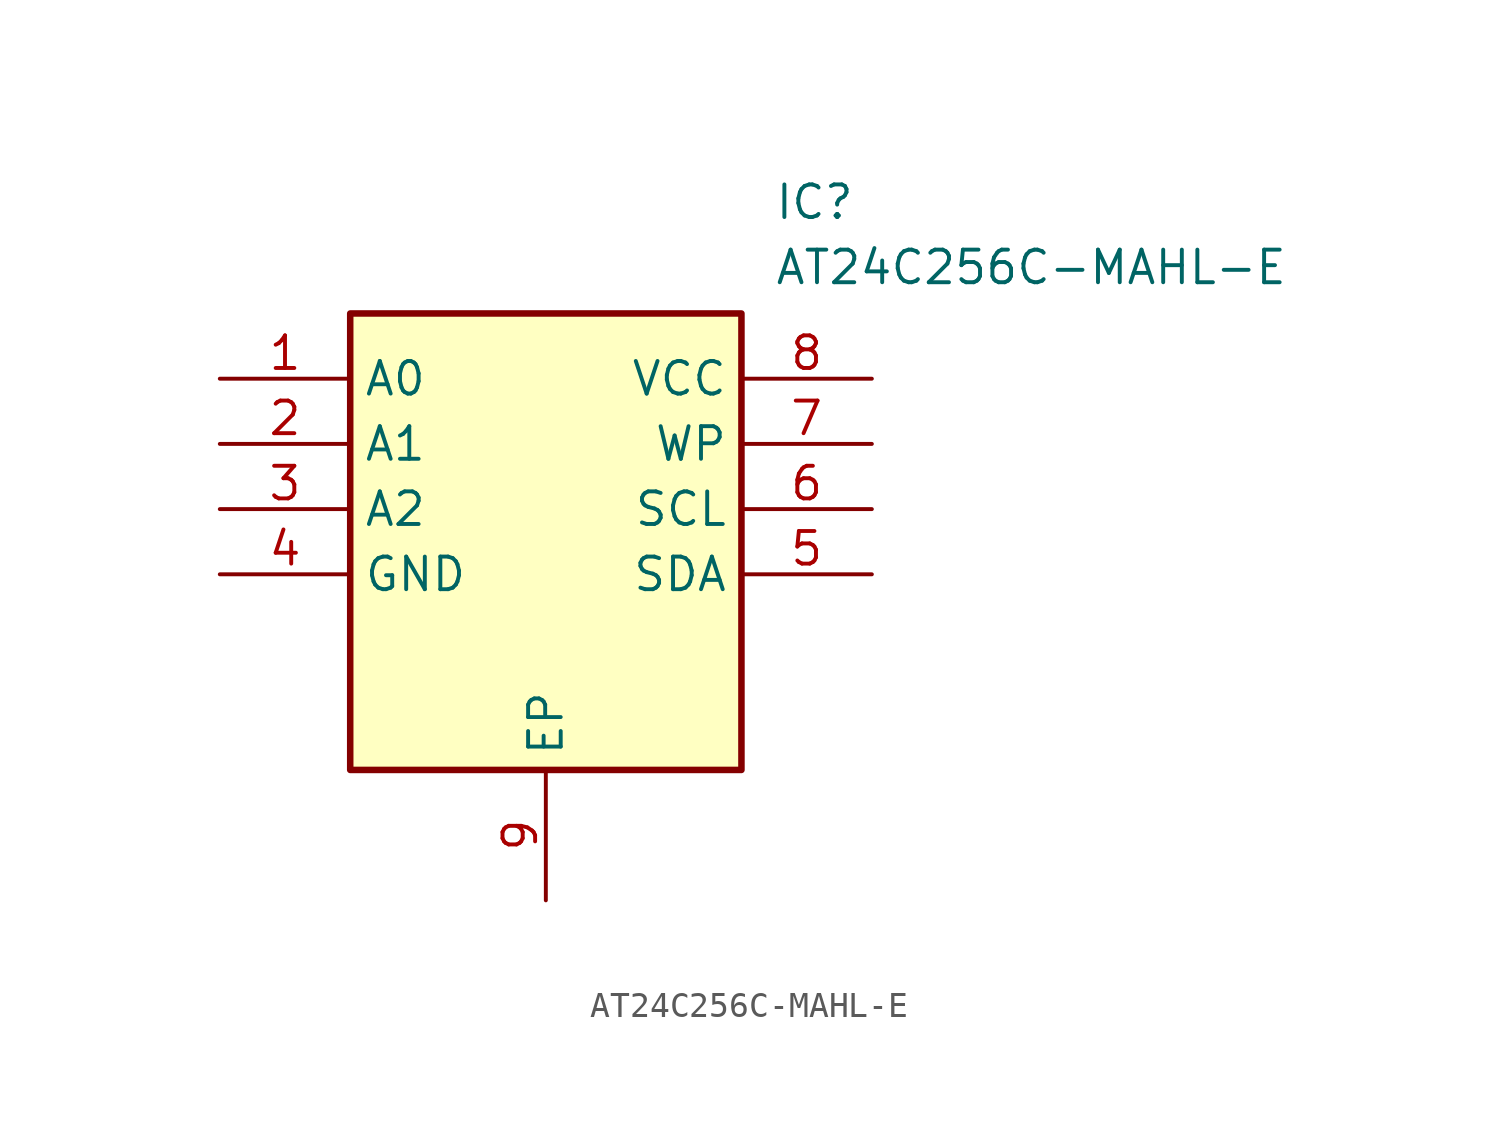
<source format=kicad_sym>
(kicad_symbol_lib
  (version 20211014)
  (generator SamacSys_ECAD_Model)
  (symbol "AT24C256C-MAHL-E"
    (property "Reference" "IC"
      (at 21.59 7.62 0)
      (effects (font (size 1.27 1.27)) (justify left top)))
    (property "Value" "AT24C256C-MAHL-E"
      (at 21.59 5.08 0)
      (effects (font (size 1.27 1.27)) (justify left top)))
    (rectangle
      (start 5.08 2.54)
      (end 20.32 -15.24)
      (stroke (width 0.254) (type default))
      (fill (type background)))
    (pin passive line
      (at 0 0 0)
      (length 5.08)
      (name "A0" (effects (font (size 1.27 1.27))))
      (number "1" (effects (font (size 1.27 1.27)))))
    (pin passive line
      (at 0 -2.54 0)
      (length 5.08)
      (name "A1" (effects (font (size 1.27 1.27))))
      (number "2" (effects (font (size 1.27 1.27)))))
    (pin passive line
      (at 0 -5.08 0)
      (length 5.08)
      (name "A2" (effects (font (size 1.27 1.27))))
      (number "3" (effects (font (size 1.27 1.27)))))
    (pin passive line
      (at 0 -7.62 0)
      (length 5.08)
      (name "GND" (effects (font (size 1.27 1.27))))
      (number "4" (effects (font (size 1.27 1.27)))))
    (pin passive line
      (at 12.7 -20.32 90)
      (length 5.08)
      (name "EP" (effects (font (size 1.27 1.27))))
      (number "9" (effects (font (size 1.27 1.27)))))
    (pin passive line
      (at 25.4 0 180)
      (length 5.08)
      (name "VCC" (effects (font (size 1.27 1.27))))
      (number "8" (effects (font (size 1.27 1.27)))))
    (pin passive line
      (at 25.4 -2.54 180)
      (length 5.08)
      (name "WP" (effects (font (size 1.27 1.27))))
      (number "7" (effects (font (size 1.27 1.27)))))
    (pin passive line
      (at 25.4 -5.08 180)
      (length 5.08)
      (name "SCL" (effects (font (size 1.27 1.27))))
      (number "6" (effects (font (size 1.27 1.27)))))
    (pin passive line
      (at 25.4 -7.62 180)
      (length 5.08)
      (name "SDA" (effects (font (size 1.27 1.27))))
      (number "5" (effects (font (size 1.27 1.27)))))))
</source>
